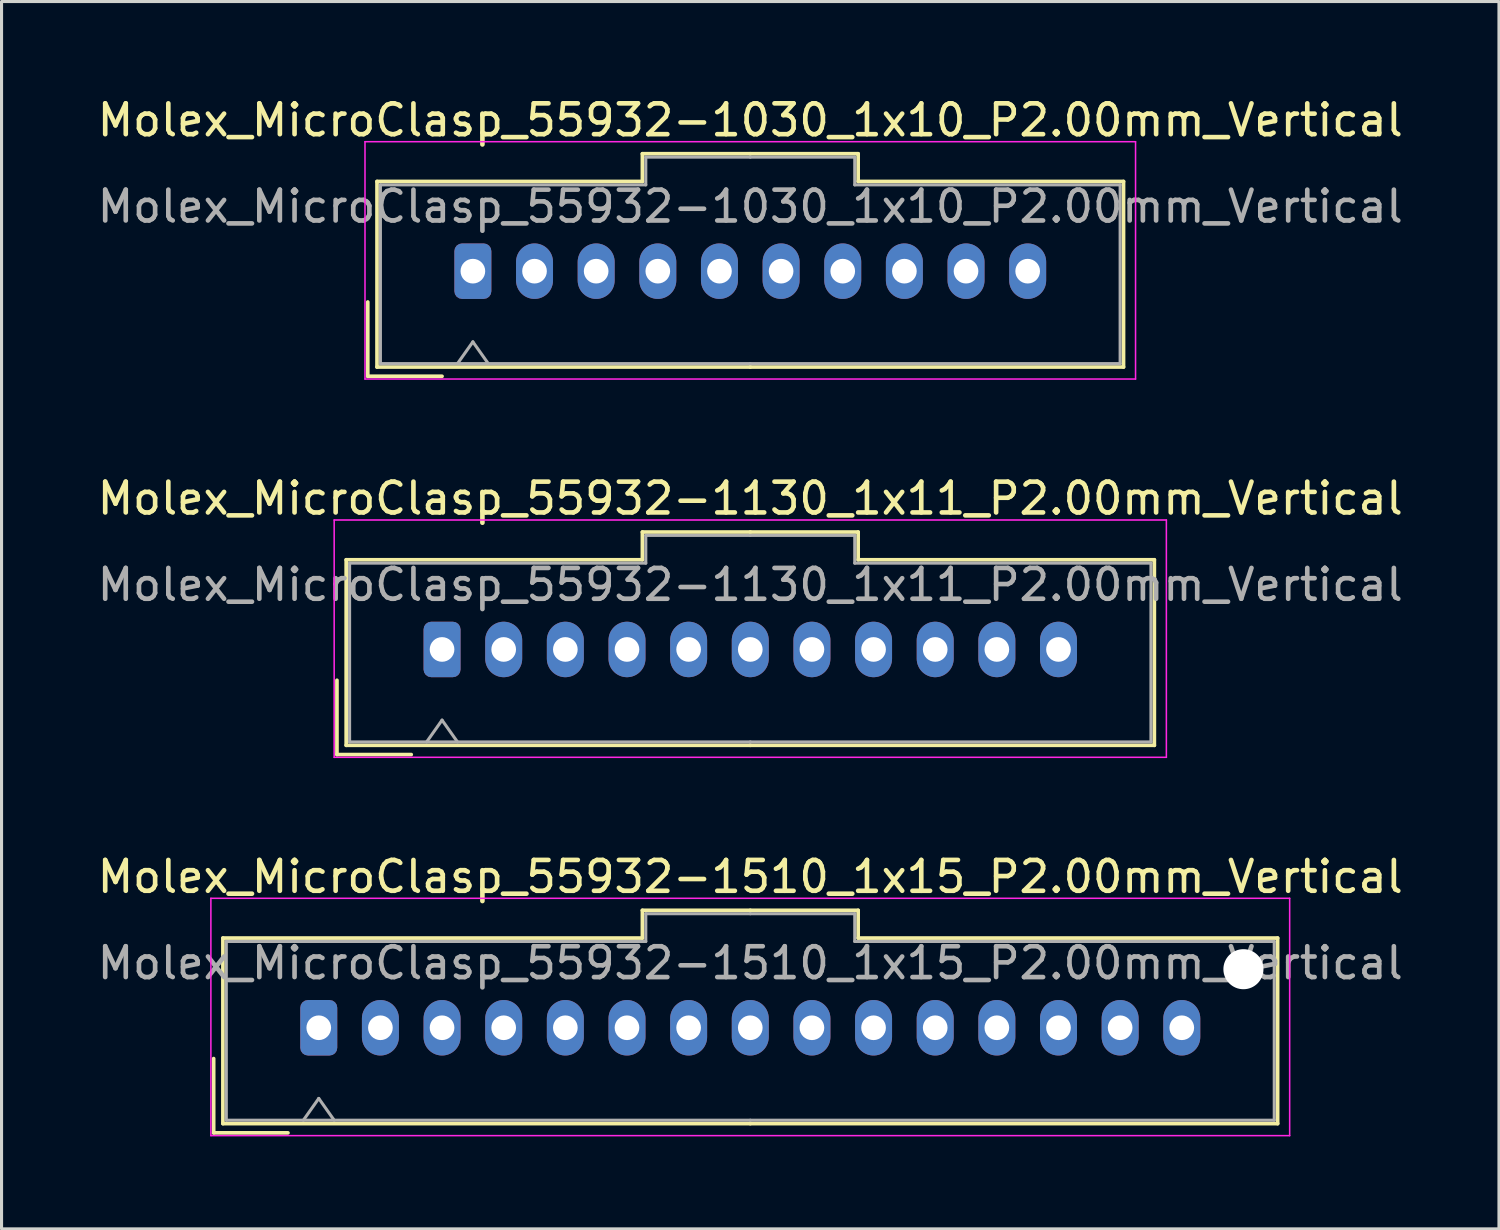
<source format=kicad_pcb>
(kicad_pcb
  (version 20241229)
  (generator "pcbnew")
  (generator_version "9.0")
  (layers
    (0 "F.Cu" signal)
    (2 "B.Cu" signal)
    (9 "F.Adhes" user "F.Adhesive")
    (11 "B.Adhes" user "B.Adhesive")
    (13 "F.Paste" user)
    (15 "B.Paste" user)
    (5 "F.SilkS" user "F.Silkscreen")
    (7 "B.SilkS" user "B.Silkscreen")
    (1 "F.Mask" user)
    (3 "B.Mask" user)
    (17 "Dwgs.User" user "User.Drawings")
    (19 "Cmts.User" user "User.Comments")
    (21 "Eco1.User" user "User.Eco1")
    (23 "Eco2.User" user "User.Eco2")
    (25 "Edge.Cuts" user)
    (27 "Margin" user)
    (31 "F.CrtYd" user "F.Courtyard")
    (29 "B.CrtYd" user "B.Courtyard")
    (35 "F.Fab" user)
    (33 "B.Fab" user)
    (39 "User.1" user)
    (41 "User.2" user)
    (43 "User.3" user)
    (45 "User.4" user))
  (footprint "Molex_MicroClasp_55932-1510_1x15_P2.00mm_Vertical"
    (layer "F.Cu")
    (at 7.292 30.295)
    (property "Reference" "Molex_MicroClasp_55932-1510_1x15_P2.00mm_Vertical" (at 14 -4.9 0) (layer "F.SilkS") (effects (font (size 1 1) (thickness 0.15))))
    (attr through_hole)
    (fp_line (start -3.41 1) (end -3.41 3.41) (stroke (width 0.12) (type solid)) (layer "F.SilkS"))
    (fp_line (start -3.41 3.41) (end -1 3.41) (stroke (width 0.12) (type solid)) (layer "F.SilkS"))
    (fp_line (start -3.11 -2.91) (end -3.11 3.11) (stroke (width 0.12) (type solid)) (layer "F.SilkS"))
    (fp_line (start -3.11 3.11) (end 14 3.11) (stroke (width 0.12) (type solid)) (layer "F.SilkS"))
    (fp_line (start 10.5 -3.81) (end 10.5 -2.91) (stroke (width 0.12) (type solid)) (layer "F.SilkS"))
    (fp_line (start 10.5 -2.91) (end -3.11 -2.91) (stroke (width 0.12) (type solid)) (layer "F.SilkS"))
    (fp_line (start 14 -3.81) (end 10.5 -3.81) (stroke (width 0.12) (type solid)) (layer "F.SilkS"))
    (fp_line (start 14 -3.81) (end 17.5 -3.81) (stroke (width 0.12) (type solid)) (layer "F.SilkS"))
    (fp_line (start 17.5 -3.81) (end 17.5 -2.91) (stroke (width 0.12) (type solid)) (layer "F.SilkS"))
    (fp_line (start 17.5 -2.91) (end 31.11 -2.91) (stroke (width 0.12) (type solid)) (layer "F.SilkS"))
    (fp_line (start 31.11 -2.91) (end 31.11 3.11) (stroke (width 0.12) (type solid)) (layer "F.SilkS"))
    (fp_line (start 31.11 3.11) (end 14 3.11) (stroke (width 0.12) (type solid)) (layer "F.SilkS"))
    (fp_line (start -3.5 -4.2) (end -3.5 3.5) (stroke (width 0.05) (type solid)) (layer "F.CrtYd"))
    (fp_line (start -3.5 3.5) (end 31.5 3.5) (stroke (width 0.05) (type solid)) (layer "F.CrtYd"))
    (fp_line (start 31.5 -4.2) (end -3.5 -4.2) (stroke (width 0.05) (type solid)) (layer "F.CrtYd"))
    (fp_line (start 31.5 3.5) (end 31.5 -4.2) (stroke (width 0.05) (type solid)) (layer "F.CrtYd"))
    (fp_line (start -3 -2.8) (end -3 3) (stroke (width 0.1) (type solid)) (layer "F.Fab"))
    (fp_line (start -3 3) (end 14 3) (stroke (width 0.1) (type solid)) (layer "F.Fab"))
    (fp_line (start -0.5 3) (end 0 2.293) (stroke (width 0.1) (type solid)) (layer "F.Fab"))
    (fp_line (start 0 2.293) (end 0.5 3) (stroke (width 0.1) (type solid)) (layer "F.Fab"))
    (fp_line (start 10.61 -3.7) (end 10.61 -2.8) (stroke (width 0.1) (type solid)) (layer "F.Fab"))
    (fp_line (start 10.61 -2.8) (end -3 -2.8) (stroke (width 0.1) (type solid)) (layer "F.Fab"))
    (fp_line (start 14 -3.7) (end 10.61 -3.7) (stroke (width 0.1) (type solid)) (layer "F.Fab"))
    (fp_line (start 14 -3.7) (end 17.39 -3.7) (stroke (width 0.1) (type solid)) (layer "F.Fab"))
    (fp_line (start 17.39 -3.7) (end 17.39 -2.8) (stroke (width 0.1) (type solid)) (layer "F.Fab"))
    (fp_line (start 17.39 -2.8) (end 31 -2.8) (stroke (width 0.1) (type solid)) (layer "F.Fab"))
    (fp_line (start 31 -2.8) (end 31 3) (stroke (width 0.1) (type solid)) (layer "F.Fab"))
    (fp_line (start 31 3) (end 14 3) (stroke (width 0.1) (type solid)) (layer "F.Fab"))
    (fp_text user "${REFERENCE}" (at 14 -2.1 0) (layer "F.Fab") (effects (font (size 1 1) (thickness 0.15))))
    (pad "" np_thru_hole circle (at 30 -1.9) (size 1.3 1.3) (drill 1.3) (layers "*.Cu" "*.Mask"))
    (pad "1" thru_hole roundrect (at 0 0) (size 1.2 1.8) (drill 0.8) (layers "*.Cu" "*.Mask") (roundrect_rratio 0.208))
    (pad "2" thru_hole oval (at 2 0) (size 1.2 1.8) (drill 0.8) (layers "*.Cu" "*.Mask"))
    (pad "3" thru_hole oval (at 4 0) (size 1.2 1.8) (drill 0.8) (layers "*.Cu" "*.Mask"))
    (pad "4" thru_hole oval (at 6 0) (size 1.2 1.8) (drill 0.8) (layers "*.Cu" "*.Mask"))
    (pad "5" thru_hole oval (at 8 0) (size 1.2 1.8) (drill 0.8) (layers "*.Cu" "*.Mask"))
    (pad "6" thru_hole oval (at 10 0) (size 1.2 1.8) (drill 0.8) (layers "*.Cu" "*.Mask"))
    (pad "7" thru_hole oval (at 12 0) (size 1.2 1.8) (drill 0.8) (layers "*.Cu" "*.Mask"))
    (pad "8" thru_hole oval (at 14 0) (size 1.2 1.8) (drill 0.8) (layers "*.Cu" "*.Mask"))
    (pad "9" thru_hole oval (at 16 0) (size 1.2 1.8) (drill 0.8) (layers "*.Cu" "*.Mask"))
    (pad "10" thru_hole oval (at 18 0) (size 1.2 1.8) (drill 0.8) (layers "*.Cu" "*.Mask"))
    (pad "11" thru_hole oval (at 20 0) (size 1.2 1.8) (drill 0.8) (layers "*.Cu" "*.Mask"))
    (pad "12" thru_hole oval (at 22 0) (size 1.2 1.8) (drill 0.8) (layers "*.Cu" "*.Mask"))
    (pad "13" thru_hole oval (at 24 0) (size 1.2 1.8) (drill 0.8) (layers "*.Cu" "*.Mask"))
    (pad "14" thru_hole oval (at 26 0) (size 1.2 1.8) (drill 0.8) (layers "*.Cu" "*.Mask"))
    (pad "15" thru_hole oval (at 28 0) (size 1.2 1.8) (drill 0.8) (layers "*.Cu" "*.Mask")))
  (footprint "Molex_MicroClasp_55932-1130_1x11_P2.00mm_Vertical"
    (layer "F.Cu")
    (at 11.292 18.021)
    (property "Reference" "Molex_MicroClasp_55932-1130_1x11_P2.00mm_Vertical" (at 10 -4.9 0) (layer "F.SilkS") (effects (font (size 1 1) (thickness 0.15))))
    (attr through_hole)
    (fp_line (start -3.41 1) (end -3.41 3.41) (stroke (width 0.12) (type solid)) (layer "F.SilkS"))
    (fp_line (start -3.41 3.41) (end -1 3.41) (stroke (width 0.12) (type solid)) (layer "F.SilkS"))
    (fp_line (start -3.11 -2.91) (end -3.11 3.11) (stroke (width 0.12) (type solid)) (layer "F.SilkS"))
    (fp_line (start -3.11 3.11) (end 10 3.11) (stroke (width 0.12) (type solid)) (layer "F.SilkS"))
    (fp_line (start 6.5 -3.81) (end 6.5 -2.91) (stroke (width 0.12) (type solid)) (layer "F.SilkS"))
    (fp_line (start 6.5 -2.91) (end -3.11 -2.91) (stroke (width 0.12) (type solid)) (layer "F.SilkS"))
    (fp_line (start 10 -3.81) (end 6.5 -3.81) (stroke (width 0.12) (type solid)) (layer "F.SilkS"))
    (fp_line (start 10 -3.81) (end 13.5 -3.81) (stroke (width 0.12) (type solid)) (layer "F.SilkS"))
    (fp_line (start 13.5 -3.81) (end 13.5 -2.91) (stroke (width 0.12) (type solid)) (layer "F.SilkS"))
    (fp_line (start 13.5 -2.91) (end 23.11 -2.91) (stroke (width 0.12) (type solid)) (layer "F.SilkS"))
    (fp_line (start 23.11 -2.91) (end 23.11 3.11) (stroke (width 0.12) (type solid)) (layer "F.SilkS"))
    (fp_line (start 23.11 3.11) (end 10 3.11) (stroke (width 0.12) (type solid)) (layer "F.SilkS"))
    (fp_line (start -3.5 -4.2) (end -3.5 3.5) (stroke (width 0.05) (type solid)) (layer "F.CrtYd"))
    (fp_line (start -3.5 3.5) (end 23.5 3.5) (stroke (width 0.05) (type solid)) (layer "F.CrtYd"))
    (fp_line (start 23.5 -4.2) (end -3.5 -4.2) (stroke (width 0.05) (type solid)) (layer "F.CrtYd"))
    (fp_line (start 23.5 3.5) (end 23.5 -4.2) (stroke (width 0.05) (type solid)) (layer "F.CrtYd"))
    (fp_line (start -3 -2.8) (end -3 3) (stroke (width 0.1) (type solid)) (layer "F.Fab"))
    (fp_line (start -3 3) (end 10 3) (stroke (width 0.1) (type solid)) (layer "F.Fab"))
    (fp_line (start -0.5 3) (end 0 2.293) (stroke (width 0.1) (type solid)) (layer "F.Fab"))
    (fp_line (start 0 2.293) (end 0.5 3) (stroke (width 0.1) (type solid)) (layer "F.Fab"))
    (fp_line (start 6.61 -3.7) (end 6.61 -2.8) (stroke (width 0.1) (type solid)) (layer "F.Fab"))
    (fp_line (start 6.61 -2.8) (end -3 -2.8) (stroke (width 0.1) (type solid)) (layer "F.Fab"))
    (fp_line (start 10 -3.7) (end 6.61 -3.7) (stroke (width 0.1) (type solid)) (layer "F.Fab"))
    (fp_line (start 10 -3.7) (end 13.39 -3.7) (stroke (width 0.1) (type solid)) (layer "F.Fab"))
    (fp_line (start 13.39 -3.7) (end 13.39 -2.8) (stroke (width 0.1) (type solid)) (layer "F.Fab"))
    (fp_line (start 13.39 -2.8) (end 23 -2.8) (stroke (width 0.1) (type solid)) (layer "F.Fab"))
    (fp_line (start 23 -2.8) (end 23 3) (stroke (width 0.1) (type solid)) (layer "F.Fab"))
    (fp_line (start 23 3) (end 10 3) (stroke (width 0.1) (type solid)) (layer "F.Fab"))
    (fp_text user "${REFERENCE}" (at 10 -2.1 0) (layer "F.Fab") (effects (font (size 1 1) (thickness 0.15))))
    (pad "1" thru_hole roundrect (at 0 0) (size 1.2 1.8) (drill 0.8) (layers "*.Cu" "*.Mask") (roundrect_rratio 0.208))
    (pad "2" thru_hole oval (at 2 0) (size 1.2 1.8) (drill 0.8) (layers "*.Cu" "*.Mask"))
    (pad "3" thru_hole oval (at 4 0) (size 1.2 1.8) (drill 0.8) (layers "*.Cu" "*.Mask"))
    (pad "4" thru_hole oval (at 6 0) (size 1.2 1.8) (drill 0.8) (layers "*.Cu" "*.Mask"))
    (pad "5" thru_hole oval (at 8 0) (size 1.2 1.8) (drill 0.8) (layers "*.Cu" "*.Mask"))
    (pad "6" thru_hole oval (at 10 0) (size 1.2 1.8) (drill 0.8) (layers "*.Cu" "*.Mask"))
    (pad "7" thru_hole oval (at 12 0) (size 1.2 1.8) (drill 0.8) (layers "*.Cu" "*.Mask"))
    (pad "8" thru_hole oval (at 14 0) (size 1.2 1.8) (drill 0.8) (layers "*.Cu" "*.Mask"))
    (pad "9" thru_hole oval (at 16 0) (size 1.2 1.8) (drill 0.8) (layers "*.Cu" "*.Mask"))
    (pad "10" thru_hole oval (at 18 0) (size 1.2 1.8) (drill 0.8) (layers "*.Cu" "*.Mask"))
    (pad "11" thru_hole oval (at 20 0) (size 1.2 1.8) (drill 0.8) (layers "*.Cu" "*.Mask")))
  (footprint "Molex_MicroClasp_55932-1030_1x10_P2.00mm_Vertical"
    (layer "F.Cu")
    (at 12.292 5.748)
    (property "Reference" "Molex_MicroClasp_55932-1030_1x10_P2.00mm_Vertical" (at 9 -4.9 0) (layer "F.SilkS") (effects (font (size 1 1) (thickness 0.15))))
    (attr through_hole)
    (fp_line (start -3.41 1) (end -3.41 3.41) (stroke (width 0.12) (type solid)) (layer "F.SilkS"))
    (fp_line (start -3.41 3.41) (end -1 3.41) (stroke (width 0.12) (type solid)) (layer "F.SilkS"))
    (fp_line (start -3.11 -2.91) (end -3.11 3.11) (stroke (width 0.12) (type solid)) (layer "F.SilkS"))
    (fp_line (start -3.11 3.11) (end 9 3.11) (stroke (width 0.12) (type solid)) (layer "F.SilkS"))
    (fp_line (start 5.5 -3.81) (end 5.5 -2.91) (stroke (width 0.12) (type solid)) (layer "F.SilkS"))
    (fp_line (start 5.5 -2.91) (end -3.11 -2.91) (stroke (width 0.12) (type solid)) (layer "F.SilkS"))
    (fp_line (start 9 -3.81) (end 5.5 -3.81) (stroke (width 0.12) (type solid)) (layer "F.SilkS"))
    (fp_line (start 9 -3.81) (end 12.5 -3.81) (stroke (width 0.12) (type solid)) (layer "F.SilkS"))
    (fp_line (start 12.5 -3.81) (end 12.5 -2.91) (stroke (width 0.12) (type solid)) (layer "F.SilkS"))
    (fp_line (start 12.5 -2.91) (end 21.11 -2.91) (stroke (width 0.12) (type solid)) (layer "F.SilkS"))
    (fp_line (start 21.11 -2.91) (end 21.11 3.11) (stroke (width 0.12) (type solid)) (layer "F.SilkS"))
    (fp_line (start 21.11 3.11) (end 9 3.11) (stroke (width 0.12) (type solid)) (layer "F.SilkS"))
    (fp_line (start -3.5 -4.2) (end -3.5 3.5) (stroke (width 0.05) (type solid)) (layer "F.CrtYd"))
    (fp_line (start -3.5 3.5) (end 21.5 3.5) (stroke (width 0.05) (type solid)) (layer "F.CrtYd"))
    (fp_line (start 21.5 -4.2) (end -3.5 -4.2) (stroke (width 0.05) (type solid)) (layer "F.CrtYd"))
    (fp_line (start 21.5 3.5) (end 21.5 -4.2) (stroke (width 0.05) (type solid)) (layer "F.CrtYd"))
    (fp_line (start -3 -2.8) (end -3 3) (stroke (width 0.1) (type solid)) (layer "F.Fab"))
    (fp_line (start -3 3) (end 9 3) (stroke (width 0.1) (type solid)) (layer "F.Fab"))
    (fp_line (start -0.5 3) (end 0 2.293) (stroke (width 0.1) (type solid)) (layer "F.Fab"))
    (fp_line (start 0 2.293) (end 0.5 3) (stroke (width 0.1) (type solid)) (layer "F.Fab"))
    (fp_line (start 5.61 -3.7) (end 5.61 -2.8) (stroke (width 0.1) (type solid)) (layer "F.Fab"))
    (fp_line (start 5.61 -2.8) (end -3 -2.8) (stroke (width 0.1) (type solid)) (layer "F.Fab"))
    (fp_line (start 9 -3.7) (end 5.61 -3.7) (stroke (width 0.1) (type solid)) (layer "F.Fab"))
    (fp_line (start 9 -3.7) (end 12.39 -3.7) (stroke (width 0.1) (type solid)) (layer "F.Fab"))
    (fp_line (start 12.39 -3.7) (end 12.39 -2.8) (stroke (width 0.1) (type solid)) (layer "F.Fab"))
    (fp_line (start 12.39 -2.8) (end 21 -2.8) (stroke (width 0.1) (type solid)) (layer "F.Fab"))
    (fp_line (start 21 -2.8) (end 21 3) (stroke (width 0.1) (type solid)) (layer "F.Fab"))
    (fp_line (start 21 3) (end 9 3) (stroke (width 0.1) (type solid)) (layer "F.Fab"))
    (fp_text user "${REFERENCE}" (at 9 -2.1 0) (layer "F.Fab") (effects (font (size 1 1) (thickness 0.15))))
    (pad "1" thru_hole roundrect (at 0 0) (size 1.2 1.8) (drill 0.8) (layers "*.Cu" "*.Mask") (roundrect_rratio 0.208))
    (pad "2" thru_hole oval (at 2 0) (size 1.2 1.8) (drill 0.8) (layers "*.Cu" "*.Mask"))
    (pad "3" thru_hole oval (at 4 0) (size 1.2 1.8) (drill 0.8) (layers "*.Cu" "*.Mask"))
    (pad "4" thru_hole oval (at 6 0) (size 1.2 1.8) (drill 0.8) (layers "*.Cu" "*.Mask"))
    (pad "5" thru_hole oval (at 8 0) (size 1.2 1.8) (drill 0.8) (layers "*.Cu" "*.Mask"))
    (pad "6" thru_hole oval (at 10 0) (size 1.2 1.8) (drill 0.8) (layers "*.Cu" "*.Mask"))
    (pad "7" thru_hole oval (at 12 0) (size 1.2 1.8) (drill 0.8) (layers "*.Cu" "*.Mask"))
    (pad "8" thru_hole oval (at 14 0) (size 1.2 1.8) (drill 0.8) (layers "*.Cu" "*.Mask"))
    (pad "9" thru_hole oval (at 16 0) (size 1.2 1.8) (drill 0.8) (layers "*.Cu" "*.Mask"))
    (pad "10" thru_hole oval (at 18 0) (size 1.2 1.8) (drill 0.8) (layers "*.Cu" "*.Mask")))
  (gr_rect
    (start -3 -3)
    (end 45.583 36.82)
    (stroke (width 0.1) (type default))
    (fill no)
    (layer "Edge.Cuts")))
</source>
